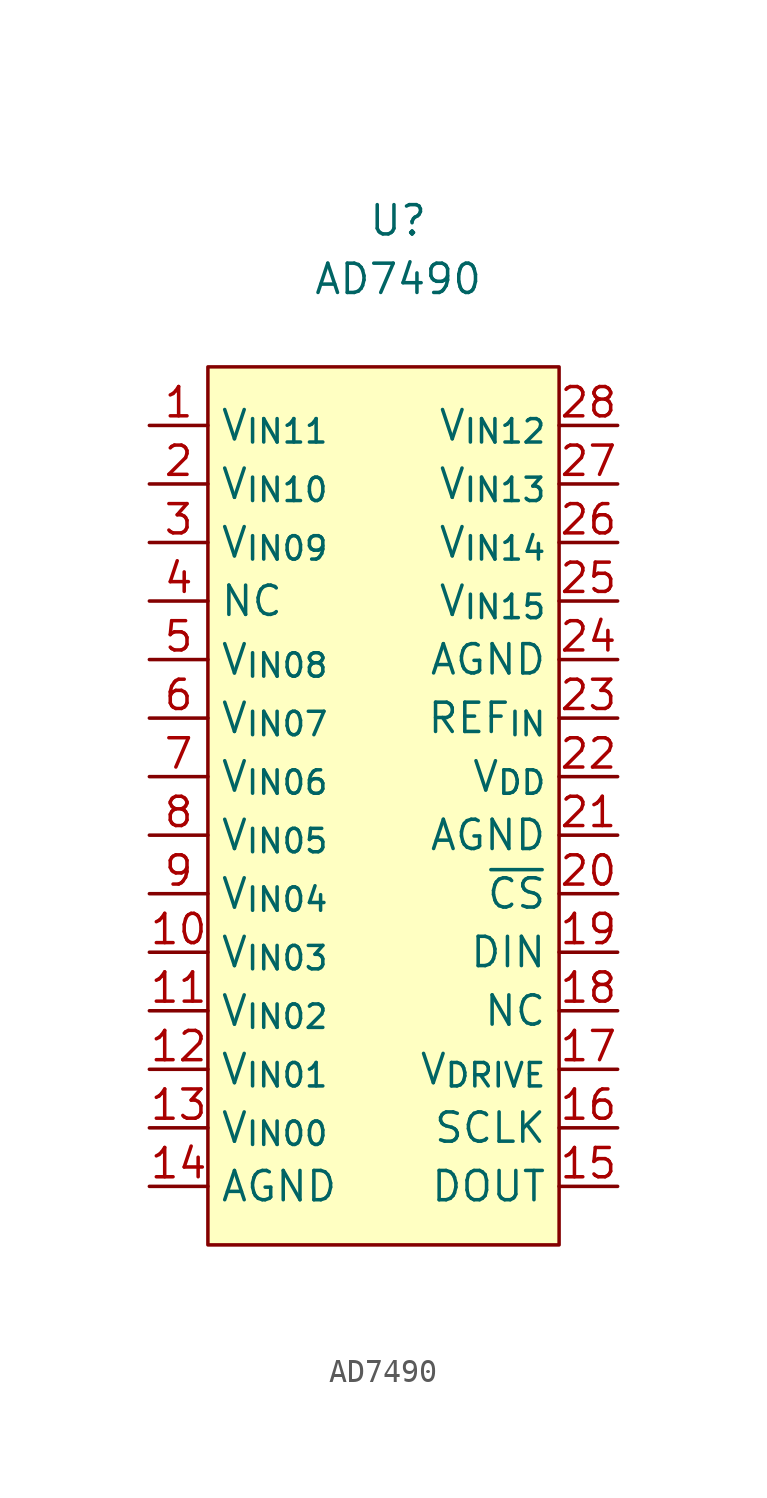
<source format=kicad_sym>
(kicad_symbol_lib
  (version 20210619)
  (generator kicad_symbol_editor)
  (symbol "ulib_ADC_12b_16ch:AD7490"
    (property "Reference" "U"
      (at 0.635 24.13 0)
      (effects (font (size 1.27 1.27))))
    (property "Value" "AD7490"
      (at 0.635 21.59 0)
      (effects (font (size 1.27 1.27))))
    (symbol "AD7490_0_0"
      (pin input line (at -10.16 15.24 0) (length 2.54) (name "V_{IN11}" (effects (font (size 1.27 1.27)))) (number "1" (effects (font (size 1.27 1.27)))))
      (pin input line (at -10.16 -7.62 0) (length 2.54) (name "V_{IN03}" (effects (font (size 1.27 1.27)))) (number "10" (effects (font (size 1.27 1.27)))))
      (pin input line (at -10.16 -10.16 0) (length 2.54) (name "V_{IN02}" (effects (font (size 1.27 1.27)))) (number "11" (effects (font (size 1.27 1.27)))))
      (pin input line (at -10.16 -12.7 0) (length 2.54) (name "V_{IN01}" (effects (font (size 1.27 1.27)))) (number "12" (effects (font (size 1.27 1.27)))))
      (pin input line (at -10.16 -15.24 0) (length 2.54) (name "V_{IN00}" (effects (font (size 1.27 1.27)))) (number "13" (effects (font (size 1.27 1.27)))))
      (pin power_out line (at -10.16 -17.78 0) (length 2.54) (name "AGND" (effects (font (size 1.27 1.27)))) (number "14" (effects (font (size 1.27 1.27)))))
      (pin tri_state line (at 10.16 -17.78 180) (length 2.54) (name "DOUT" (effects (font (size 1.27 1.27)))) (number "15" (effects (font (size 1.27 1.27)))))
      (pin input line (at 10.16 -15.24 180) (length 2.54) (name "SCLK" (effects (font (size 1.27 1.27)))) (number "16" (effects (font (size 1.27 1.27)))))
      (pin input line (at 10.16 -12.7 180) (length 2.54) (name "V_{DRIVE}" (effects (font (size 1.27 1.27)))) (number "17" (effects (font (size 1.27 1.27)))))
      (pin passive line (at 10.16 -10.16 180) (length 2.54) (name "NC" (effects (font (size 1.27 1.27)))) (number "18" (effects (font (size 1.27 1.27)))))
      (pin input line (at 10.16 -7.62 180) (length 2.54) (name "DIN" (effects (font (size 1.27 1.27)))) (number "19" (effects (font (size 1.27 1.27)))))
      (pin input line (at -10.16 12.7 0) (length 2.54) (name "V_{IN10}" (effects (font (size 1.27 1.27)))) (number "2" (effects (font (size 1.27 1.27)))))
      (pin input line (at 10.16 -5.08 180) (length 2.54) (name "~{CS}" (effects (font (size 1.27 1.27)))) (number "20" (effects (font (size 1.27 1.27)))))
      (pin power_out line (at 10.16 -2.54 180) (length 2.54) (name "AGND" (effects (font (size 1.27 1.27)))) (number "21" (effects (font (size 1.27 1.27)))))
      (pin power_in line (at 10.16 0 180) (length 2.54) (name "V_{DD}" (effects (font (size 1.27 1.27)))) (number "22" (effects (font (size 1.27 1.27)))))
      (pin input line (at 10.16 2.54 180) (length 2.54) (name "REF_{IN}" (effects (font (size 1.27 1.27)))) (number "23" (effects (font (size 1.27 1.27)))))
      (pin power_out line (at 10.16 5.08 180) (length 2.54) (name "AGND" (effects (font (size 1.27 1.27)))) (number "24" (effects (font (size 1.27 1.27)))))
      (pin input line (at 10.16 7.62 180) (length 2.54) (name "V_{IN15}" (effects (font (size 1.27 1.27)))) (number "25" (effects (font (size 1.27 1.27)))))
      (pin input line (at 10.16 10.16 180) (length 2.54) (name "V_{IN14}" (effects (font (size 1.27 1.27)))) (number "26" (effects (font (size 1.27 1.27)))))
      (pin input line (at 10.16 12.7 180) (length 2.54) (name "V_{IN13}" (effects (font (size 1.27 1.27)))) (number "27" (effects (font (size 1.27 1.27)))))
      (pin input line (at 10.16 15.24 180) (length 2.54) (name "V_{IN12}" (effects (font (size 1.27 1.27)))) (number "28" (effects (font (size 1.27 1.27)))))
      (pin input line (at -10.16 10.16 0) (length 2.54) (name "V_{IN09}" (effects (font (size 1.27 1.27)))) (number "3" (effects (font (size 1.27 1.27)))))
      (pin passive line (at -10.16 7.62 0) (length 2.54) (name "NC" (effects (font (size 1.27 1.27)))) (number "4" (effects (font (size 1.27 1.27)))))
      (pin input line (at -10.16 5.08 0) (length 2.54) (name "V_{IN08}" (effects (font (size 1.27 1.27)))) (number "5" (effects (font (size 1.27 1.27)))))
      (pin input line (at -10.16 2.54 0) (length 2.54) (name "V_{IN07}" (effects (font (size 1.27 1.27)))) (number "6" (effects (font (size 1.27 1.27)))))
      (pin input line (at -10.16 0 0) (length 2.54) (name "V_{IN06}" (effects (font (size 1.27 1.27)))) (number "7" (effects (font (size 1.27 1.27)))))
      (pin input line (at -10.16 -2.54 0) (length 2.54) (name "V_{IN05}" (effects (font (size 1.27 1.27)))) (number "8" (effects (font (size 1.27 1.27)))))
      (pin input line (at -10.16 -5.08 0) (length 2.54) (name "V_{IN04}" (effects (font (size 1.27 1.27)))) (number "9" (effects (font (size 1.27 1.27))))))
    (symbol "AD7490_0_1"
      (rectangle (start -7.62 17.78) (end 7.62 -20.32) (stroke (width 0.152)) (fill (type background))))))
</source>
